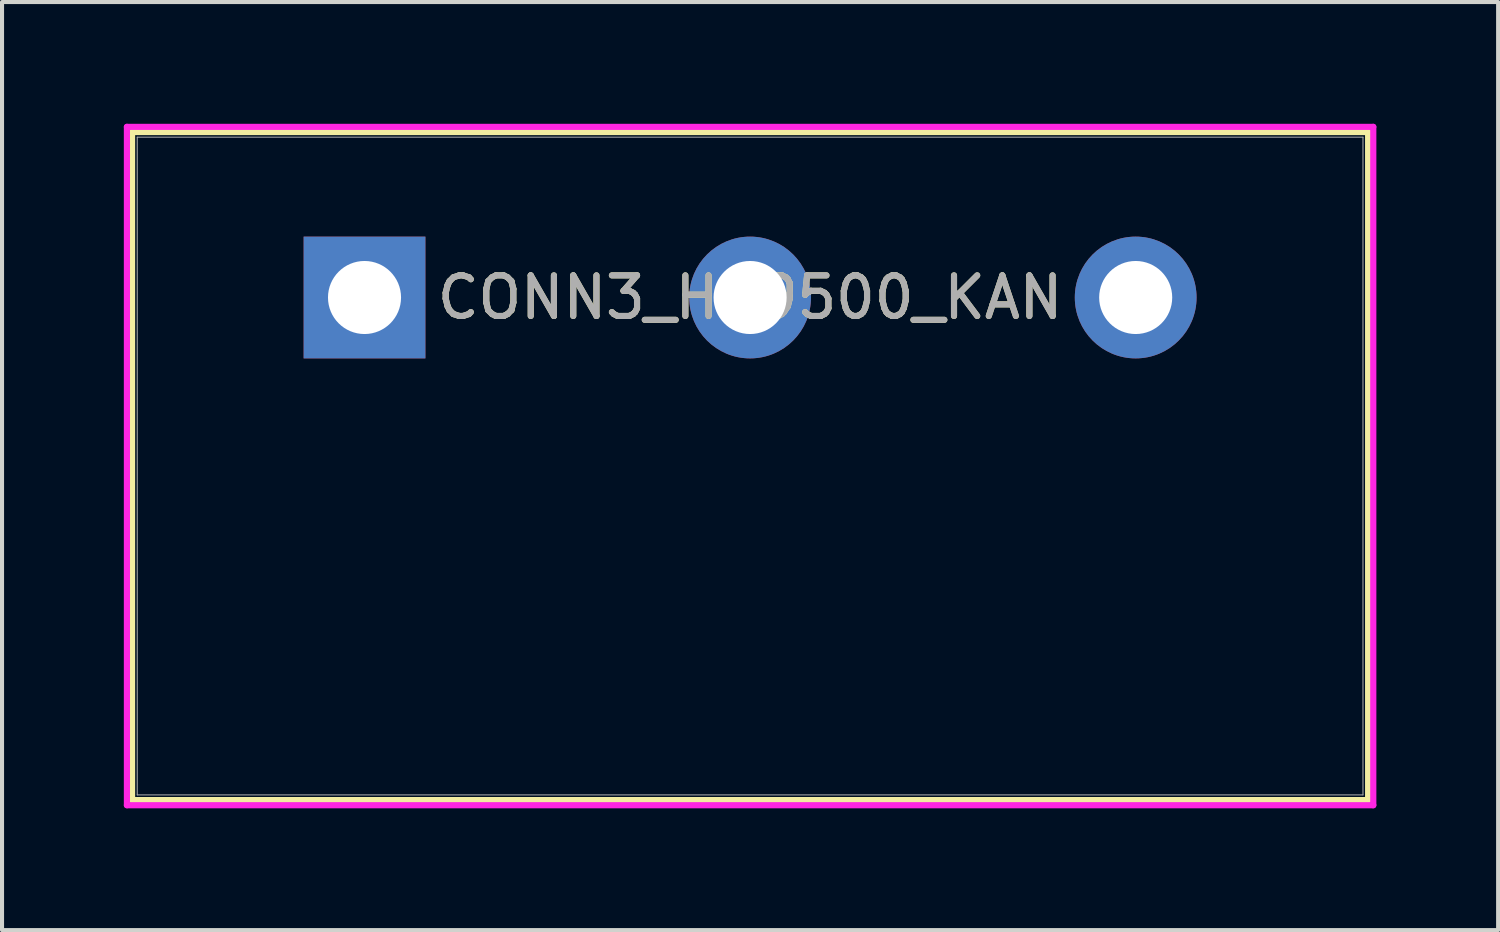
<source format=kicad_pcb>
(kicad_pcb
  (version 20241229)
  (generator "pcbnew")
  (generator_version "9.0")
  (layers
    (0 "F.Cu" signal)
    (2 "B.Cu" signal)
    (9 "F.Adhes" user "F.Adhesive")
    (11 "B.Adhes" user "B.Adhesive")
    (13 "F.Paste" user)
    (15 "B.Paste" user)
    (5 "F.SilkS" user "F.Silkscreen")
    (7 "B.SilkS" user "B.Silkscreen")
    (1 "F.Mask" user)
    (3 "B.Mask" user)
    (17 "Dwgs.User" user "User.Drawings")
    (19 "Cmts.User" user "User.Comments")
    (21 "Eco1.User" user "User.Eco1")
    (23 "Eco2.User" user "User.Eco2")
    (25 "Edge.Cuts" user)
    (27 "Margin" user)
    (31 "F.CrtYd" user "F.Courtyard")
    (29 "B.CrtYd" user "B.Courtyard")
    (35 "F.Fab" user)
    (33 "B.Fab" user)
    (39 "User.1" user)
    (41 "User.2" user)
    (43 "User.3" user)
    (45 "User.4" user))
  (footprint "CONN3_HB9500_KAN"
    (layer "F.Cu")
    (at 5.931 4.28)
    (property "Reference" "CONN3_HB9500_KAN" (at 9.5 0 0) (unlocked yes) (layer "F.SilkS") (effects (font (size 1 1) (thickness 0.15))))
    (attr through_hole)
    (fp_line (start -5.727 -4.077) (end -5.727 12.382) (stroke (width 0.152) (type solid)) (layer "F.SilkS"))
    (fp_line (start -5.727 12.382) (end 24.727 12.382) (stroke (width 0.152) (type solid)) (layer "F.SilkS"))
    (fp_line (start 24.727 -4.077) (end -5.727 -4.077) (stroke (width 0.152) (type solid)) (layer "F.SilkS"))
    (fp_line (start 24.727 12.382) (end 24.727 -4.077) (stroke (width 0.152) (type solid)) (layer "F.SilkS"))
    (fp_line (start -5.854 -4.204) (end -5.854 12.509) (stroke (width 0.152) (type solid)) (layer "F.CrtYd"))
    (fp_line (start -5.854 12.509) (end 24.854 12.509) (stroke (width 0.152) (type solid)) (layer "F.CrtYd"))
    (fp_line (start 24.854 -4.204) (end -5.854 -4.204) (stroke (width 0.152) (type solid)) (layer "F.CrtYd"))
    (fp_line (start 24.854 12.509) (end 24.854 -4.204) (stroke (width 0.152) (type solid)) (layer "F.CrtYd"))
    (fp_line (start -5.6 -3.95) (end -5.6 12.255) (stroke (width 0.025) (type solid)) (layer "F.Fab"))
    (fp_line (start -5.6 12.255) (end 24.6 12.255) (stroke (width 0.025) (type solid)) (layer "F.Fab"))
    (fp_line (start 24.6 -3.95) (end -5.6 -3.95) (stroke (width 0.025) (type solid)) (layer "F.Fab"))
    (fp_line (start 24.6 12.255) (end 24.6 -3.95) (stroke (width 0.025) (type solid)) (layer "F.Fab"))
    (fp_text user "${REFERENCE}" (at 9.5 0 0) (unlocked yes) (layer "F.Fab") (effects (font (size 1 1) (thickness 0.15))))
    (pad "1" thru_hole rect (at 0 0) (size 3 3) (drill 1.8) (layers "*.Cu" "*.Mask"))
    (pad "2" thru_hole circle (at 9.5 0) (size 3 3) (drill 1.8) (layers "*.Cu" "*.Mask"))
    (pad "3" thru_hole circle (at 19 0) (size 3 3) (drill 1.8) (layers "*.Cu" "*.Mask")))
  (gr_rect
    (start -3 -3)
    (end 33.861 19.866)
    (stroke (width 0.1) (type default))
    (fill no)
    (layer "Edge.Cuts")))
</source>
